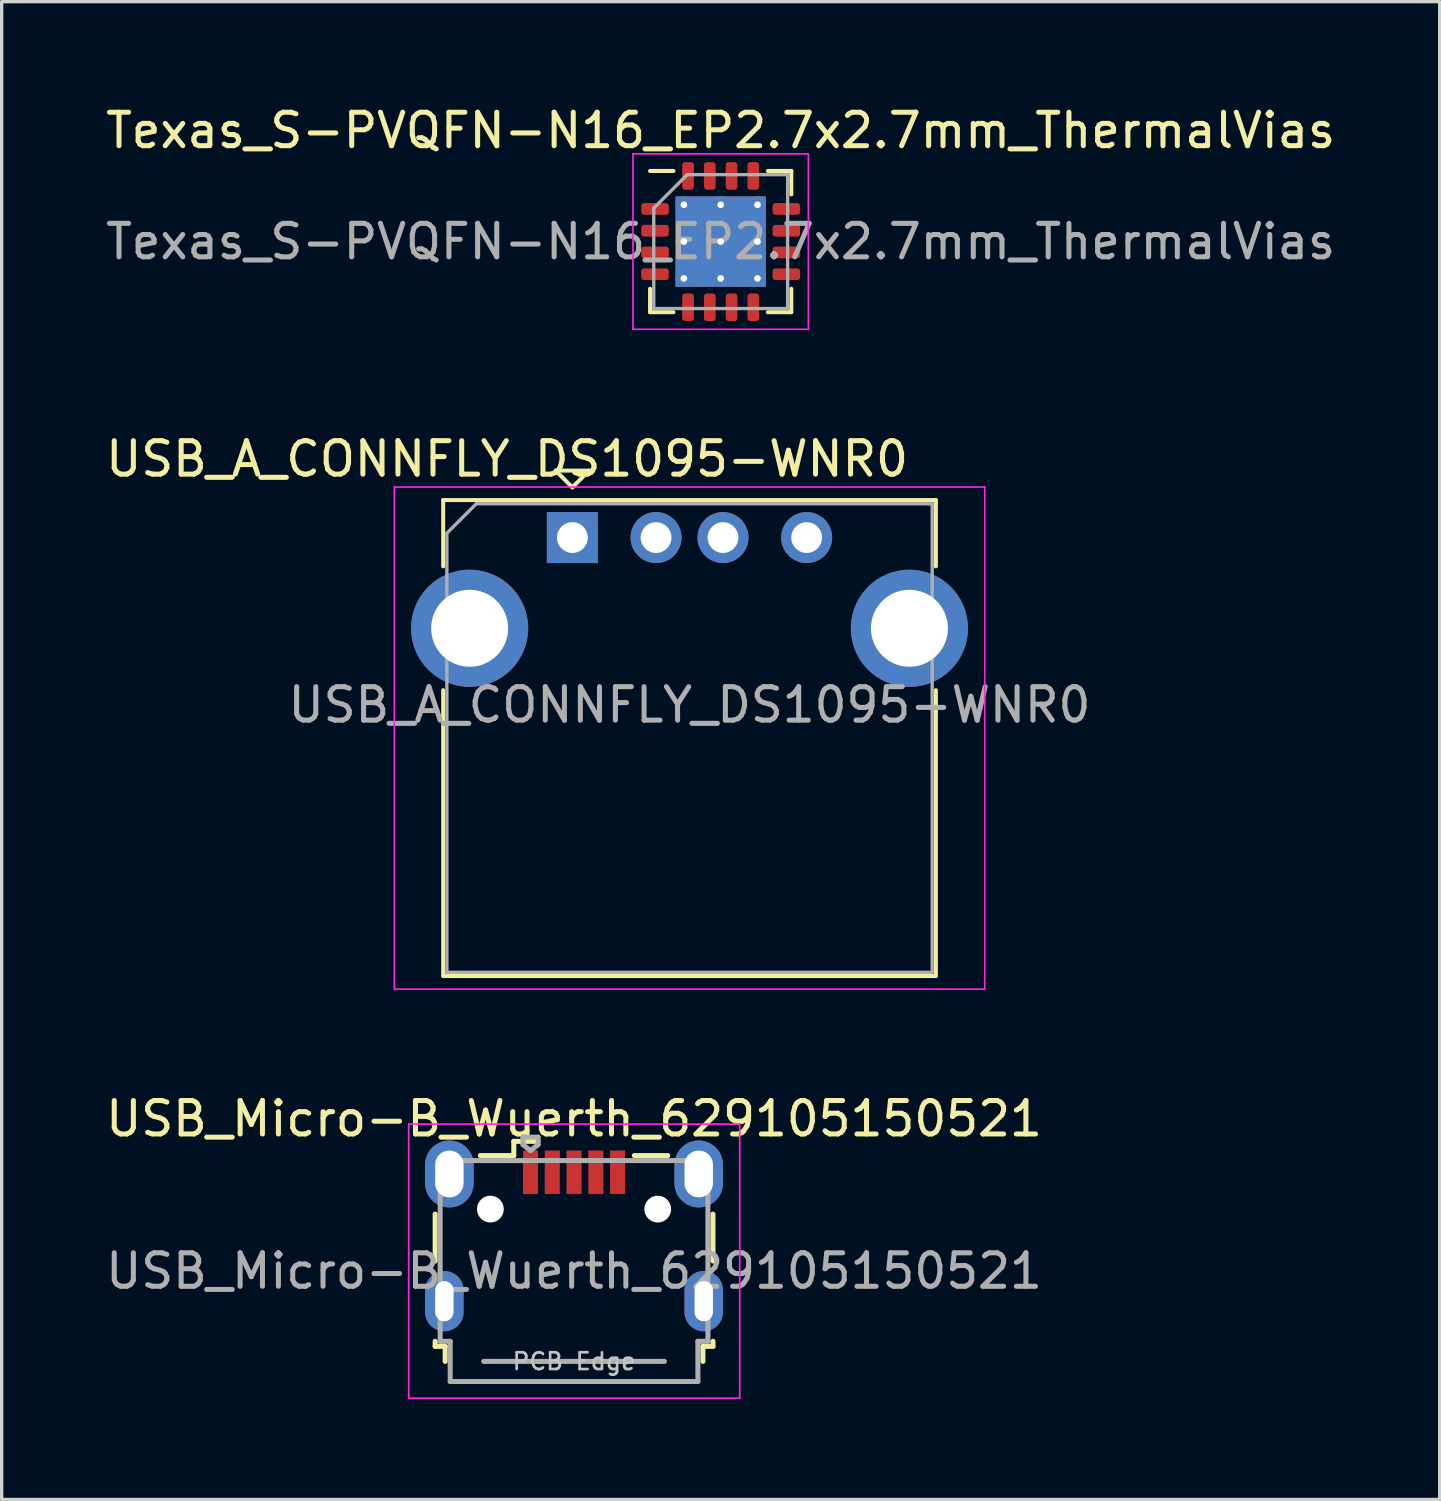
<source format=kicad_pcb>
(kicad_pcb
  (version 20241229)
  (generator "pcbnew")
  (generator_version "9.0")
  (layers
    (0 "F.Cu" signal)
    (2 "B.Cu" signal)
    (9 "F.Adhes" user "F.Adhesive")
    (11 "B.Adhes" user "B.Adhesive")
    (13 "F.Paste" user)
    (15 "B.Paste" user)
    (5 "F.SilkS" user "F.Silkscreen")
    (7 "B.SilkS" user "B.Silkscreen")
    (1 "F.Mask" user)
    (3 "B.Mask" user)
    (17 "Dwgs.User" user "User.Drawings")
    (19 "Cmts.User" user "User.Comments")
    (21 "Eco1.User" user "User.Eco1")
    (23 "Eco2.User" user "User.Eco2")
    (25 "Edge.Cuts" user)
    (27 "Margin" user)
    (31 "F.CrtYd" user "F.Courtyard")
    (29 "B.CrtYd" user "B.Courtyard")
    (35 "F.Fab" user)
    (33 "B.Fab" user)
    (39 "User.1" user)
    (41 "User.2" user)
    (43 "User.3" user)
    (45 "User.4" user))
  (footprint "USB_Micro-B_Wuerth_629105150521"
    (layer "F.Cu")
    (at 14.101 33.875)
    (property "Reference" "USB_Micro-B_Wuerth_629105150521" (at 0 -3.5 0) (layer "F.SilkS") (effects (font (size 1 1) (thickness 0.15))))
    (attr smd)
    (fp_line (start -4.15 -0.65) (end -4.15 0.75) (stroke (width 0.15) (type solid)) (layer "F.SilkS"))
    (fp_line (start -4.15 3.15) (end -4.15 3.3) (stroke (width 0.15) (type solid)) (layer "F.SilkS"))
    (fp_line (start -4.15 3.3) (end -3.85 3.3) (stroke (width 0.15) (type solid)) (layer "F.SilkS"))
    (fp_line (start -3.85 3.3) (end -3.85 3.75) (stroke (width 0.15) (type solid)) (layer "F.SilkS"))
    (fp_line (start -1.8 -2.825) (end -1.8 -2.4) (stroke (width 0.15) (type solid)) (layer "F.SilkS"))
    (fp_line (start -1.8 -2.4) (end -2.8 -2.4) (stroke (width 0.15) (type solid)) (layer "F.SilkS"))
    (fp_line (start -1.075 -2.825) (end -1.8 -2.825) (stroke (width 0.15) (type solid)) (layer "F.SilkS"))
    (fp_line (start 1.8 -2.4) (end 2.8 -2.4) (stroke (width 0.15) (type solid)) (layer "F.SilkS"))
    (fp_line (start 3.85 3.3) (end 4.15 3.3) (stroke (width 0.15) (type solid)) (layer "F.SilkS"))
    (fp_line (start 3.85 3.75) (end 3.85 3.3) (stroke (width 0.15) (type solid)) (layer "F.SilkS"))
    (fp_line (start 4.15 0.75) (end 4.15 -0.65) (stroke (width 0.15) (type solid)) (layer "F.SilkS"))
    (fp_line (start 4.15 3.3) (end 4.15 3.15) (stroke (width 0.15) (type solid)) (layer "F.SilkS"))
    (fp_line (start -4.94 -3.34) (end -4.94 4.85) (stroke (width 0.05) (type solid)) (layer "F.CrtYd"))
    (fp_line (start -4.94 4.85) (end 4.95 4.85) (stroke (width 0.05) (type solid)) (layer "F.CrtYd"))
    (fp_line (start 4.95 -3.34) (end -4.94 -3.34) (stroke (width 0.05) (type solid)) (layer "F.CrtYd"))
    (fp_line (start 4.95 4.85) (end 4.95 -3.34) (stroke (width 0.05) (type solid)) (layer "F.CrtYd"))
    (fp_line (start -4 -2.25) (end -4 3.15) (stroke (width 0.15) (type solid)) (layer "F.Fab"))
    (fp_line (start -4 3.15) (end -3.7 3.15) (stroke (width 0.15) (type solid)) (layer "F.Fab"))
    (fp_line (start -3.7 3.15) (end -3.7 4.35) (stroke (width 0.15) (type solid)) (layer "F.Fab"))
    (fp_line (start -3.7 4.35) (end 3.7 4.35) (stroke (width 0.15) (type solid)) (layer "F.Fab"))
    (fp_line (start -2.7 3.75) (end 2.7 3.75) (stroke (width 0.15) (type solid)) (layer "F.Fab"))
    (fp_line (start -1.525 -2.95) (end -1.075 -2.95) (stroke (width 0.15) (type solid)) (layer "F.Fab"))
    (fp_line (start -1.525 -2.725) (end -1.525 -2.95) (stroke (width 0.15) (type solid)) (layer "F.Fab"))
    (fp_line (start -1.3 -2.55) (end -1.525 -2.725) (stroke (width 0.15) (type solid)) (layer "F.Fab"))
    (fp_line (start -1.075 -2.95) (end -1.075 -2.725) (stroke (width 0.15) (type solid)) (layer "F.Fab"))
    (fp_line (start -1.075 -2.725) (end -1.3 -2.55) (stroke (width 0.15) (type solid)) (layer "F.Fab"))
    (fp_line (start 3.7 3.15) (end 4 3.15) (stroke (width 0.15) (type solid)) (layer "F.Fab"))
    (fp_line (start 3.7 4.35) (end 3.7 3.15) (stroke (width 0.15) (type solid)) (layer "F.Fab"))
    (fp_line (start 4 -2.25) (end -4 -2.25) (stroke (width 0.15) (type solid)) (layer "F.Fab"))
    (fp_line (start 4 3.15) (end 4 -2.25) (stroke (width 0.15) (type solid)) (layer "F.Fab"))
    (fp_text user "PCB Edge" (at 0 3.75 0) (layer "Dwgs.User") (effects (font (size 0.5 0.5) (thickness 0.08))))
    (fp_text user "${REFERENCE}" (at 0 1.05 0) (layer "F.Fab") (effects (font (size 1 1) (thickness 0.15))))
    (pad "" np_thru_hole oval (at -2.5 -0.8) (size 0.8 0.8) (drill 0.8) (layers "*.Cu" "*.Mask"))
    (pad "" np_thru_hole oval (at 2.5 -0.8) (size 0.8 0.8) (drill 0.8) (layers "*.Cu" "*.Mask"))
    (pad "1" smd rect (at -1.3 -1.9) (size 0.45 1.3) (layers "F.Cu" "F.Mask" "F.Paste"))
    (pad "2" smd rect (at -0.65 -1.9) (size 0.45 1.3) (layers "F.Cu" "F.Mask" "F.Paste"))
    (pad "3" smd rect (at 0 -1.9) (size 0.45 1.3) (layers "F.Cu" "F.Mask" "F.Paste"))
    (pad "4" smd rect (at 0.65 -1.9) (size 0.45 1.3) (layers "F.Cu" "F.Mask" "F.Paste"))
    (pad "5" smd rect (at 1.3 -1.9) (size 0.45 1.3) (layers "F.Cu" "F.Mask" "F.Paste"))
    (pad "6" thru_hole oval (at -3.875 1.95) (size 1.15 1.8) (drill oval 0.55 1.2) (layers "*.Cu" "*.Mask"))
    (pad "6" thru_hole oval (at -3.725 -1.85) (size 1.45 2) (drill oval 0.85 1.4) (layers "*.Cu" "*.Mask"))
    (pad "6" thru_hole oval (at 3.725 -1.85) (size 1.45 2) (drill oval 0.85 1.4) (layers "*.Cu" "*.Mask"))
    (pad "6" thru_hole oval (at 3.875 1.95) (size 1.15 1.8) (drill oval 0.55 1.2) (layers "*.Cu" "*.Mask")))
  (footprint "USB_A_CONNFLY_DS1095-WNR0"
    (layer "F.Cu")
    (at 14.051 13.011)
    (property "Reference" "USB_A_CONNFLY_DS1095-WNR0" (at -1.95 -2.35 0) (layer "F.SilkS") (effects (font (size 1 1) (thickness 0.15))))
    (attr through_hole)
    (fp_line (start -3.86 -1.12) (end -3.86 0.86) (stroke (width 0.12) (type solid)) (layer "F.SilkS"))
    (fp_line (start -3.86 -1.12) (end 10.86 -1.12) (stroke (width 0.12) (type solid)) (layer "F.SilkS"))
    (fp_line (start -3.86 4.56) (end -3.86 13.1) (stroke (width 0.12) (type solid)) (layer "F.SilkS"))
    (fp_line (start -3.86 13.1) (end 10.86 13.1) (stroke (width 0.12) (type solid)) (layer "F.SilkS"))
    (fp_line (start -0.5 -2) (end 0 -1.5) (stroke (width 0.12) (type solid)) (layer "F.SilkS"))
    (fp_line (start 0 -1.5) (end 0.5 -2) (stroke (width 0.12) (type solid)) (layer "F.SilkS"))
    (fp_line (start 0.5 -2) (end -0.5 -2) (stroke (width 0.12) (type solid)) (layer "F.SilkS"))
    (fp_line (start 10.86 0.86) (end 10.86 -1.12) (stroke (width 0.12) (type solid)) (layer "F.SilkS"))
    (fp_line (start 10.86 4.56) (end 10.86 13.1) (stroke (width 0.12) (type solid)) (layer "F.SilkS"))
    (fp_line (start -5.32 -1.51) (end -5.32 13.49) (stroke (width 0.05) (type solid)) (layer "F.CrtYd"))
    (fp_line (start -5.32 -1.51) (end 12.32 -1.51) (stroke (width 0.05) (type solid)) (layer "F.CrtYd"))
    (fp_line (start 12.32 -1.51) (end 12.32 13.49) (stroke (width 0.05) (type solid)) (layer "F.CrtYd"))
    (fp_line (start 12.32 13.49) (end -5.32 13.49) (stroke (width 0.05) (type solid)) (layer "F.CrtYd"))
    (fp_line (start -3.75 -0.13) (end -3.75 12.99) (stroke (width 0.1) (type solid)) (layer "F.Fab"))
    (fp_line (start -3.75 12.99) (end 10.75 12.99) (stroke (width 0.1) (type solid)) (layer "F.Fab"))
    (fp_line (start -2.87 -1.01) (end -3.75 -0.13) (stroke (width 0.1) (type solid)) (layer "F.Fab"))
    (fp_line (start -2.87 -1.01) (end 10.75 -1.01) (stroke (width 0.1) (type solid)) (layer "F.Fab"))
    (fp_line (start 10.75 -1.01) (end 10.75 12.99) (stroke (width 0.1) (type solid)) (layer "F.Fab"))
    (fp_text user "${REFERENCE}" (at 3.5 5 0) (layer "F.Fab") (effects (font (size 1 1) (thickness 0.15))))
    (pad "1" thru_hole rect (at 0 0) (size 1.524 1.524) (drill 0.92) (layers "*.Cu" "*.Mask"))
    (pad "2" thru_hole circle (at 2.5 0) (size 1.524 1.524) (drill 0.92) (layers "*.Cu" "*.Mask"))
    (pad "3" thru_hole circle (at 4.5 0) (size 1.524 1.524) (drill 0.92) (layers "*.Cu" "*.Mask"))
    (pad "4" thru_hole circle (at 7 0) (size 1.524 1.524) (drill 0.92) (layers "*.Cu" "*.Mask"))
    (pad "5" thru_hole circle (at -3.07 2.71) (size 3.5 3.5) (drill 2.3) (layers "*.Cu" "*.Mask"))
    (pad "5" thru_hole circle (at 10.07 2.71) (size 3.5 3.5) (drill 2.3) (layers "*.Cu" "*.Mask")))
  (footprint "Texas_S-PVQFN-N16_EP2.7x2.7mm_ThermalVias"
    (layer "F.Cu")
    (at 18.482 4.168)
    (property "Reference" "Texas_S-PVQFN-N16_EP2.7x2.7mm_ThermalVias" (at 0 -3.32 0) (layer "F.SilkS") (effects (font (size 1 1) (thickness 0.15))))
    (attr smd)
    (fp_line (start -2.11 2.11) (end -2.11 1.41) (stroke (width 0.12) (type solid)) (layer "F.SilkS"))
    (fp_line (start -1.41 -2.11) (end -2.11 -2.11) (stroke (width 0.12) (type solid)) (layer "F.SilkS"))
    (fp_line (start -1.41 2.11) (end -2.11 2.11) (stroke (width 0.12) (type solid)) (layer "F.SilkS"))
    (fp_line (start 1.41 -2.11) (end 2.11 -2.11) (stroke (width 0.12) (type solid)) (layer "F.SilkS"))
    (fp_line (start 1.41 2.11) (end 2.11 2.11) (stroke (width 0.12) (type solid)) (layer "F.SilkS"))
    (fp_line (start 2.11 -2.11) (end 2.11 -1.41) (stroke (width 0.12) (type solid)) (layer "F.SilkS"))
    (fp_line (start 2.11 2.11) (end 2.11 1.41) (stroke (width 0.12) (type solid)) (layer "F.SilkS"))
    (fp_line (start -2.62 -2.62) (end -2.62 2.62) (stroke (width 0.05) (type solid)) (layer "F.CrtYd"))
    (fp_line (start -2.62 2.62) (end 2.62 2.62) (stroke (width 0.05) (type solid)) (layer "F.CrtYd"))
    (fp_line (start 2.62 -2.62) (end -2.62 -2.62) (stroke (width 0.05) (type solid)) (layer "F.CrtYd"))
    (fp_line (start 2.62 2.62) (end 2.62 -2.62) (stroke (width 0.05) (type solid)) (layer "F.CrtYd"))
    (fp_line (start -2 -1) (end -1 -2) (stroke (width 0.1) (type solid)) (layer "F.Fab"))
    (fp_line (start -2 2) (end -2 -1) (stroke (width 0.1) (type solid)) (layer "F.Fab"))
    (fp_line (start -1 -2) (end 2 -2) (stroke (width 0.1) (type solid)) (layer "F.Fab"))
    (fp_line (start 2 -2) (end 2 2) (stroke (width 0.1) (type solid)) (layer "F.Fab"))
    (fp_line (start 2 2) (end -2 2) (stroke (width 0.1) (type solid)) (layer "F.Fab"))
    (fp_text user "${REFERENCE}" (at 0 0 0) (layer "F.Fab") (effects (font (size 1 1) (thickness 0.15))))
    (pad "" smd roundrect (at -0.55 -0.55) (size 0.955 0.955) (layers "F.Paste") (roundrect_rratio 0.25))
    (pad "" smd roundrect (at -0.55 0.55) (size 0.955 0.955) (layers "F.Paste") (roundrect_rratio 0.25))
    (pad "" smd roundrect (at 0.55 -0.55) (size 0.955 0.955) (layers "F.Paste") (roundrect_rratio 0.25))
    (pad "" smd roundrect (at 0.55 0.55) (size 0.955 0.955) (layers "F.Paste") (roundrect_rratio 0.25))
    (pad "1" smd roundrect (at -1.962 -0.975) (size 0.825 0.35) (layers "F.Cu" "F.Mask" "F.Paste") (roundrect_rratio 0.25))
    (pad "2" smd roundrect (at -1.962 -0.325) (size 0.825 0.35) (layers "F.Cu" "F.Mask" "F.Paste") (roundrect_rratio 0.25))
    (pad "3" smd roundrect (at -1.962 0.325) (size 0.825 0.35) (layers "F.Cu" "F.Mask" "F.Paste") (roundrect_rratio 0.25))
    (pad "4" smd roundrect (at -1.962 0.975) (size 0.825 0.35) (layers "F.Cu" "F.Mask" "F.Paste") (roundrect_rratio 0.25))
    (pad "5" smd roundrect (at -0.975 1.962) (size 0.35 0.825) (layers "F.Cu" "F.Mask" "F.Paste") (roundrect_rratio 0.25))
    (pad "6" smd roundrect (at -0.325 1.962) (size 0.35 0.825) (layers "F.Cu" "F.Mask" "F.Paste") (roundrect_rratio 0.25))
    (pad "7" smd roundrect (at 0.325 1.962) (size 0.35 0.825) (layers "F.Cu" "F.Mask" "F.Paste") (roundrect_rratio 0.25))
    (pad "8" smd roundrect (at 0.975 1.962) (size 0.35 0.825) (layers "F.Cu" "F.Mask" "F.Paste") (roundrect_rratio 0.25))
    (pad "9" smd roundrect (at 1.962 0.975) (size 0.825 0.35) (layers "F.Cu" "F.Mask" "F.Paste") (roundrect_rratio 0.25))
    (pad "10" smd roundrect (at 1.962 0.325) (size 0.825 0.35) (layers "F.Cu" "F.Mask" "F.Paste") (roundrect_rratio 0.25))
    (pad "11" smd roundrect (at 1.962 -0.325) (size 0.825 0.35) (layers "F.Cu" "F.Mask" "F.Paste") (roundrect_rratio 0.25))
    (pad "12" smd roundrect (at 1.962 -0.975) (size 0.825 0.35) (layers "F.Cu" "F.Mask" "F.Paste") (roundrect_rratio 0.25))
    (pad "13" smd roundrect (at 0.975 -1.962) (size 0.35 0.825) (layers "F.Cu" "F.Mask" "F.Paste") (roundrect_rratio 0.25))
    (pad "14" smd roundrect (at 0.325 -1.962) (size 0.35 0.825) (layers "F.Cu" "F.Mask" "F.Paste") (roundrect_rratio 0.25))
    (pad "15" smd roundrect (at -0.325 -1.962) (size 0.35 0.825) (layers "F.Cu" "F.Mask" "F.Paste") (roundrect_rratio 0.25))
    (pad "16" smd roundrect (at -0.975 -1.962) (size 0.35 0.825) (layers "F.Cu" "F.Mask" "F.Paste") (roundrect_rratio 0.25))
    (pad "17" thru_hole circle (at -1.1 -1.1) (size 0.5 0.5) (drill 0.2) (layers "*.Cu"))
    (pad "17" thru_hole circle (at -1.1 0) (size 0.5 0.5) (drill 0.2) (layers "*.Cu"))
    (pad "17" thru_hole circle (at -1.1 1.1) (size 0.5 0.5) (drill 0.2) (layers "*.Cu"))
    (pad "17" thru_hole circle (at 0 -1.1) (size 0.5 0.5) (drill 0.2) (layers "*.Cu"))
    (pad "17" thru_hole circle (at 0 0) (size 0.5 0.5) (drill 0.2) (layers "*.Cu"))
    (pad "17" smd rect (at 0 0) (size 2.7 2.7) (layers "F.Cu" "F.Mask"))
    (pad "17" smd rect (at 0 0) (size 2.7 2.7) (layers "B.Cu"))
    (pad "17" thru_hole circle (at 0 1.1) (size 0.5 0.5) (drill 0.2) (layers "*.Cu"))
    (pad "17" thru_hole circle (at 1.1 -1.1) (size 0.5 0.5) (drill 0.2) (layers "*.Cu"))
    (pad "17" thru_hole circle (at 1.1 0) (size 0.5 0.5) (drill 0.2) (layers "*.Cu"))
    (pad "17" thru_hole circle (at 1.1 1.1) (size 0.5 0.5) (drill 0.2) (layers "*.Cu")))
  (gr_rect
    (start -3 -3)
    (end 39.964 41.75)
    (stroke (width 0.1) (type default))
    (fill no)
    (layer "Edge.Cuts")))
</source>
